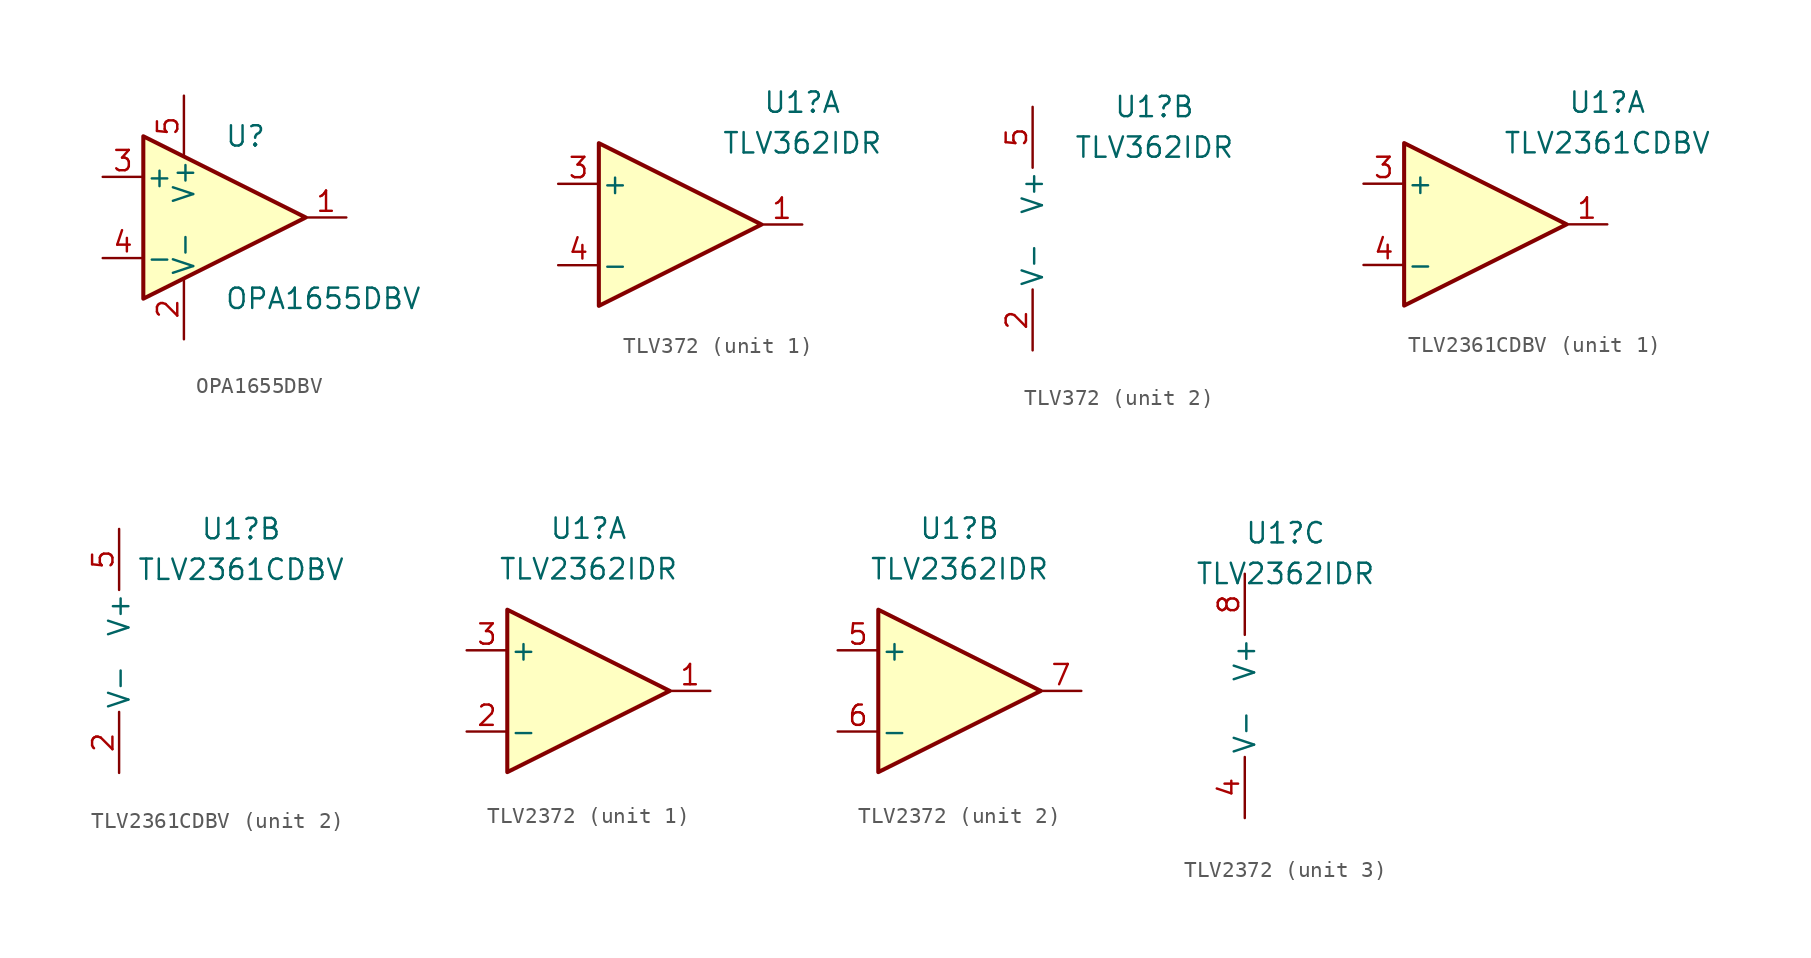
<source format=kicad_sym>
(kicad_symbol_lib
  (version 20220914)
  (generator kicad_symbol_editor)
  (symbol "OPA1655DBV"
    (pin_names
      (offset 0.127))
    (property "Reference" "U"
      (at 0 5.08 0)
      (effects (font (size 1.27 1.27)) (justify left)))
    (property "Value" "OPA1655DBV"
      (at 0 -5.08 0)
      (effects (font (size 1.27 1.27)) (justify left)))
    (symbol "OPA1655DBV_0_1"
      (polyline (pts (xy -5.08 5.08) (xy 5.08 0) (xy -5.08 -5.08) (xy -5.08 5.08)) (stroke (width 0.254) (type default)) (fill (type background)))
      (pin power_in line (at -2.54 -7.62 90) (length 3.81) (name "V-" (effects (font (size 1.27 1.27)))) (number "2" (effects (font (size 1.27 1.27)))))
      (pin power_in line (at -2.54 7.62 270) (length 3.81) (name "V+" (effects (font (size 1.27 1.27)))) (number "5" (effects (font (size 1.27 1.27))))))
    (symbol "OPA1655DBV_1_1"
      (pin output line (at 7.62 0 180) (length 2.54) (name "~" (effects (font (size 1.27 1.27)))) (number "1" (effects (font (size 1.27 1.27)))))
      (pin input line (at -7.62 2.54 0) (length 2.54) (name "+" (effects (font (size 1.27 1.27)))) (number "3" (effects (font (size 1.27 1.27)))))
      (pin input line (at -7.62 -2.54 0) (length 2.54) (name "-" (effects (font (size 1.27 1.27)))) (number "4" (effects (font (size 1.27 1.27)))))))
  (symbol "TLV372"
    (pin_names
      (offset 0.127))
    (property "Reference" "U1"
      (at 7.62 7.62 0)
      (effects (font (size 1.27 1.27))))
    (property "Value" "TLV362IDR"
      (at 7.62 5.08 0)
      (effects (font (size 1.27 1.27))))
    (property "ki_locked" ""
      (at 0 0 0)
      (effects (font (size 1.27 1.27))))
    (symbol "TLV372_1_1"
      (polyline (pts (xy -5.08 5.08) (xy 5.08 0) (xy -5.08 -5.08) (xy -5.08 5.08)) (stroke (width 0.254) (type default)) (fill (type background)))
      (pin output line (at 7.62 0 180) (length 2.54) (name "~" (effects (font (size 1.27 1.27)))) (number "1" (effects (font (size 1.27 1.27)))))
      (pin input line (at -7.62 2.54 0) (length 2.54) (name "+" (effects (font (size 1.27 1.27)))) (number "3" (effects (font (size 1.27 1.27)))))
      (pin input line (at -7.62 -2.54 0) (length 2.54) (name "-" (effects (font (size 1.27 1.27)))) (number "4" (effects (font (size 1.27 1.27))))))
    (symbol "TLV372_2_1"
      (pin power_in line (at 0 -7.62 90) (length 3.81) (name "V-" (effects (font (size 1.27 1.27)))) (number "2" (effects (font (size 1.27 1.27)))))
      (pin power_in line (at 0 7.62 270) (length 3.81) (name "V+" (effects (font (size 1.27 1.27)))) (number "5" (effects (font (size 1.27 1.27)))))))
  (symbol "TLV2361CDBV"
    (pin_names
      (offset 0.127))
    (property "Reference" "U1"
      (at 7.62 7.62 0)
      (effects (font (size 1.27 1.27))))
    (property "Value" "TLV2361CDBV"
      (at 7.62 5.08 0)
      (effects (font (size 1.27 1.27))))
    (property "ki_locked" ""
      (at 0 0 0)
      (effects (font (size 1.27 1.27))))
    (symbol "TLV2361CDBV_1_1"
      (polyline (pts (xy -5.08 5.08) (xy 5.08 0) (xy -5.08 -5.08) (xy -5.08 5.08)) (stroke (width 0.254) (type default)) (fill (type background)))
      (pin output line (at 7.62 0 180) (length 2.54) (name "~" (effects (font (size 1.27 1.27)))) (number "1" (effects (font (size 1.27 1.27)))))
      (pin input line (at -7.62 2.54 0) (length 2.54) (name "+" (effects (font (size 1.27 1.27)))) (number "3" (effects (font (size 1.27 1.27)))))
      (pin input line (at -7.62 -2.54 0) (length 2.54) (name "-" (effects (font (size 1.27 1.27)))) (number "4" (effects (font (size 1.27 1.27))))))
    (symbol "TLV2361CDBV_2_1"
      (pin power_in line (at 0 -7.62 90) (length 3.81) (name "V-" (effects (font (size 1.27 1.27)))) (number "2" (effects (font (size 1.27 1.27)))))
      (pin power_in line (at 0 7.62 270) (length 3.81) (name "V+" (effects (font (size 1.27 1.27)))) (number "5" (effects (font (size 1.27 1.27)))))))
  (symbol "TLV2372"
    (pin_names
      (offset 0.127))
    (property "Reference" "U1"
      (at 0 10.16 0)
      (effects (font (size 1.27 1.27))))
    (property "Value" "TLV2362IDR"
      (at 0 7.62 0)
      (effects (font (size 1.27 1.27))))
    (property "ki_locked" ""
      (at 0 0 0)
      (effects (font (size 1.27 1.27))))
    (symbol "TLV2372_1_1"
      (polyline (pts (xy -5.08 5.08) (xy 5.08 0) (xy -5.08 -5.08) (xy -5.08 5.08)) (stroke (width 0.254) (type default)) (fill (type background)))
      (pin output line (at 7.62 0 180) (length 2.54) (name "~" (effects (font (size 1.27 1.27)))) (number "1" (effects (font (size 1.27 1.27)))))
      (pin input line (at -7.62 -2.54 0) (length 2.54) (name "-" (effects (font (size 1.27 1.27)))) (number "2" (effects (font (size 1.27 1.27)))))
      (pin input line (at -7.62 2.54 0) (length 2.54) (name "+" (effects (font (size 1.27 1.27)))) (number "3" (effects (font (size 1.27 1.27))))))
    (symbol "TLV2372_2_1"
      (polyline (pts (xy -5.08 5.08) (xy 5.08 0) (xy -5.08 -5.08) (xy -5.08 5.08)) (stroke (width 0.254) (type default)) (fill (type background)))
      (pin input line (at -7.62 2.54 0) (length 2.54) (name "+" (effects (font (size 1.27 1.27)))) (number "5" (effects (font (size 1.27 1.27)))))
      (pin input line (at -7.62 -2.54 0) (length 2.54) (name "-" (effects (font (size 1.27 1.27)))) (number "6" (effects (font (size 1.27 1.27)))))
      (pin output line (at 7.62 0 180) (length 2.54) (name "~" (effects (font (size 1.27 1.27)))) (number "7" (effects (font (size 1.27 1.27))))))
    (symbol "TLV2372_3_1"
      (pin power_in line (at -2.54 -7.62 90) (length 3.81) (name "V-" (effects (font (size 1.27 1.27)))) (number "4" (effects (font (size 1.27 1.27)))))
      (pin power_in line (at -2.54 7.62 270) (length 3.81) (name "V+" (effects (font (size 1.27 1.27)))) (number "8" (effects (font (size 1.27 1.27))))))))
</source>
